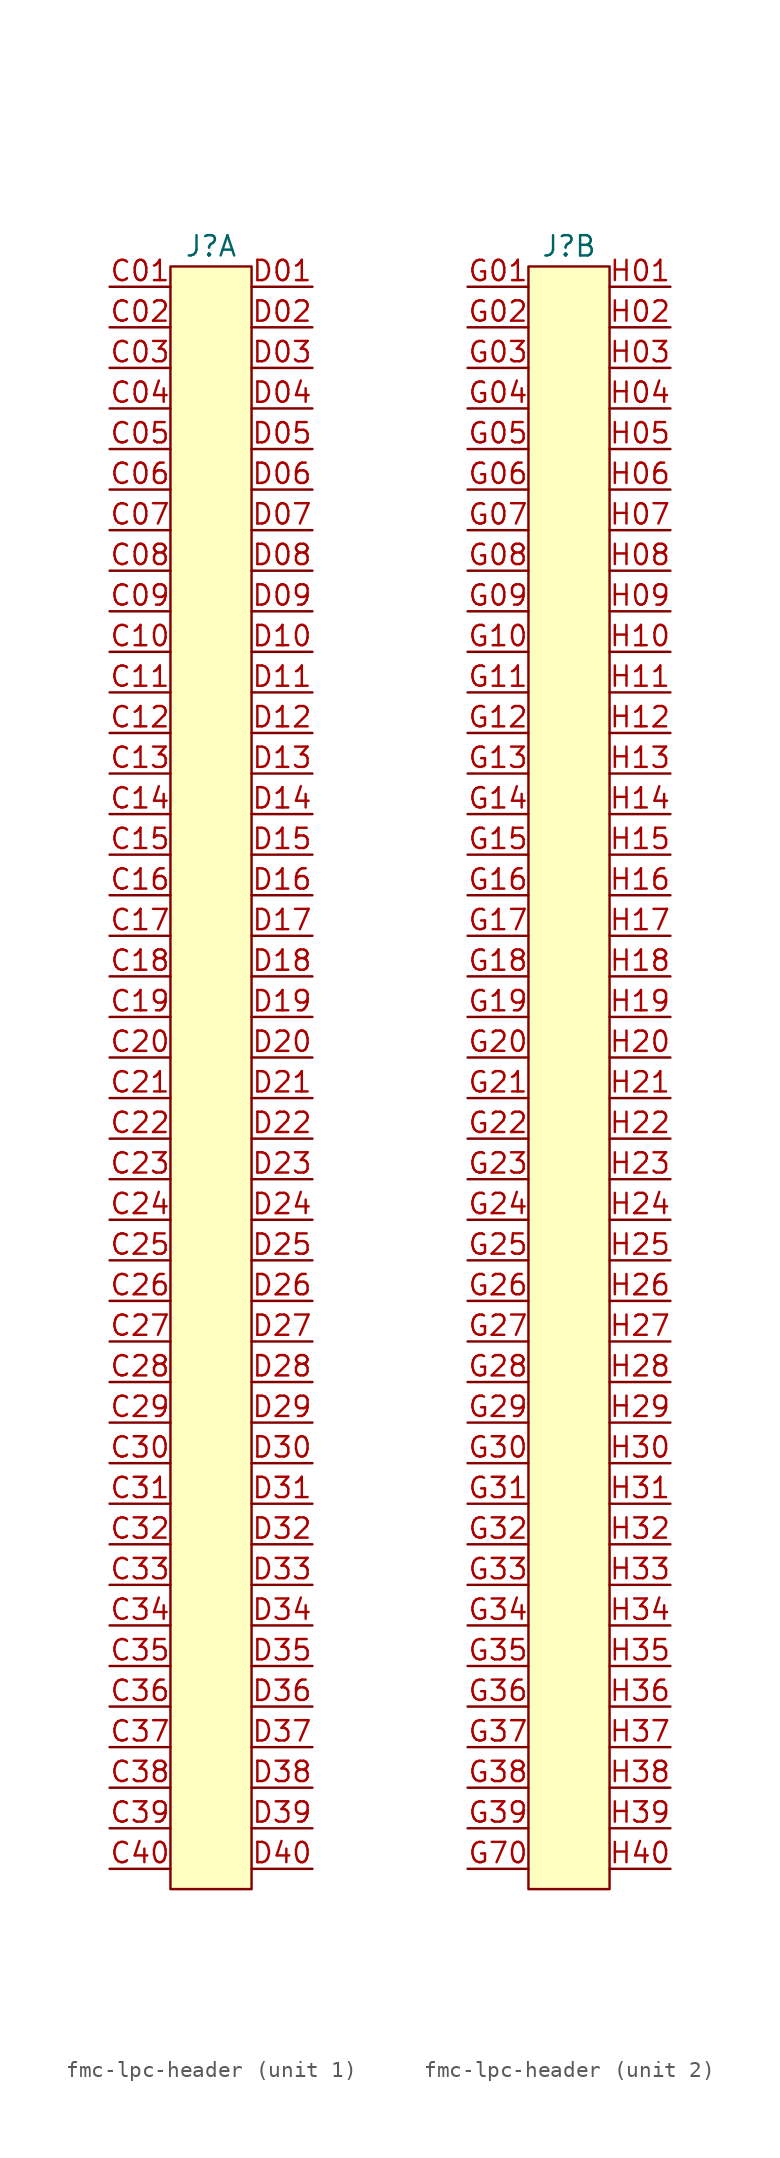
<source format=kicad_sym>
(kicad_symbol_lib
  (version 20241209)
  (generator "kicad_symbol_editor")
  (generator_version "9.0")
  (symbol "fmc-lpc-header"
    (property "Reference" "J"
      (at 0 2.54 0)
      (effects (font (size 1.27 1.27))))
    (property "Value" ""
      (at -5.08 0 0)
      (effects (font (size 1.27 1.27))))
    (symbol "fmc-lpc-header_1_0"
      (pin unspecified line (at -6.35 0 0) (length 3.81) (name "" (effects (font (size 1.27 1.27)))) (number "C01" (effects (font (size 1.27 1.27)))))
      (pin unspecified line (at -6.35 -2.54 0) (length 3.81) (name "" (effects (font (size 1.27 1.27)))) (number "C02" (effects (font (size 1.27 1.27)))))
      (pin unspecified line (at -6.35 -5.08 0) (length 3.81) (name "" (effects (font (size 1.27 1.27)))) (number "C03" (effects (font (size 1.27 1.27)))))
      (pin unspecified line (at -6.35 -7.62 0) (length 3.81) (name "" (effects (font (size 1.27 1.27)))) (number "C04" (effects (font (size 1.27 1.27)))))
      (pin unspecified line (at -6.35 -10.16 0) (length 3.81) (name "" (effects (font (size 1.27 1.27)))) (number "C05" (effects (font (size 1.27 1.27)))))
      (pin unspecified line (at -6.35 -12.7 0) (length 3.81) (name "" (effects (font (size 1.27 1.27)))) (number "C06" (effects (font (size 1.27 1.27)))))
      (pin unspecified line (at -6.35 -15.24 0) (length 3.81) (name "" (effects (font (size 1.27 1.27)))) (number "C07" (effects (font (size 1.27 1.27)))))
      (pin unspecified line (at -6.35 -17.78 0) (length 3.81) (name "" (effects (font (size 1.27 1.27)))) (number "C08" (effects (font (size 1.27 1.27)))))
      (pin unspecified line (at -6.35 -20.32 0) (length 3.81) (name "" (effects (font (size 1.27 1.27)))) (number "C09" (effects (font (size 1.27 1.27)))))
      (pin unspecified line (at -6.35 -22.86 0) (length 3.81) (name "" (effects (font (size 1.27 1.27)))) (number "C10" (effects (font (size 1.27 1.27)))))
      (pin unspecified line (at -6.35 -25.4 0) (length 3.81) (name "" (effects (font (size 1.27 1.27)))) (number "C11" (effects (font (size 1.27 1.27)))))
      (pin unspecified line (at -6.35 -27.94 0) (length 3.81) (name "" (effects (font (size 1.27 1.27)))) (number "C12" (effects (font (size 1.27 1.27)))))
      (pin unspecified line (at -6.35 -30.48 0) (length 3.81) (name "" (effects (font (size 1.27 1.27)))) (number "C13" (effects (font (size 1.27 1.27)))))
      (pin unspecified line (at -6.35 -33.02 0) (length 3.81) (name "" (effects (font (size 1.27 1.27)))) (number "C14" (effects (font (size 1.27 1.27)))))
      (pin unspecified line (at -6.35 -35.56 0) (length 3.81) (name "" (effects (font (size 1.27 1.27)))) (number "C15" (effects (font (size 1.27 1.27)))))
      (pin unspecified line (at -6.35 -38.1 0) (length 3.81) (name "" (effects (font (size 1.27 1.27)))) (number "C16" (effects (font (size 1.27 1.27)))))
      (pin unspecified line (at -6.35 -40.64 0) (length 3.81) (name "" (effects (font (size 1.27 1.27)))) (number "C17" (effects (font (size 1.27 1.27)))))
      (pin unspecified line (at -6.35 -43.18 0) (length 3.81) (name "" (effects (font (size 1.27 1.27)))) (number "C18" (effects (font (size 1.27 1.27)))))
      (pin unspecified line (at -6.35 -45.72 0) (length 3.81) (name "" (effects (font (size 1.27 1.27)))) (number "C19" (effects (font (size 1.27 1.27)))))
      (pin unspecified line (at -6.35 -48.26 0) (length 3.81) (name "" (effects (font (size 1.27 1.27)))) (number "C20" (effects (font (size 1.27 1.27)))))
      (pin unspecified line (at -6.35 -50.8 0) (length 3.81) (name "" (effects (font (size 1.27 1.27)))) (number "C21" (effects (font (size 1.27 1.27)))))
      (pin unspecified line (at -6.35 -53.34 0) (length 3.81) (name "" (effects (font (size 1.27 1.27)))) (number "C22" (effects (font (size 1.27 1.27)))))
      (pin unspecified line (at -6.35 -55.88 0) (length 3.81) (name "" (effects (font (size 1.27 1.27)))) (number "C23" (effects (font (size 1.27 1.27)))))
      (pin unspecified line (at -6.35 -58.42 0) (length 3.81) (name "" (effects (font (size 1.27 1.27)))) (number "C24" (effects (font (size 1.27 1.27)))))
      (pin unspecified line (at -6.35 -60.96 0) (length 3.81) (name "" (effects (font (size 1.27 1.27)))) (number "C25" (effects (font (size 1.27 1.27)))))
      (pin unspecified line (at -6.35 -63.5 0) (length 3.81) (name "" (effects (font (size 1.27 1.27)))) (number "C26" (effects (font (size 1.27 1.27)))))
      (pin unspecified line (at -6.35 -66.04 0) (length 3.81) (name "" (effects (font (size 1.27 1.27)))) (number "C27" (effects (font (size 1.27 1.27)))))
      (pin unspecified line (at -6.35 -68.58 0) (length 3.81) (name "" (effects (font (size 1.27 1.27)))) (number "C28" (effects (font (size 1.27 1.27)))))
      (pin unspecified line (at -6.35 -71.12 0) (length 3.81) (name "" (effects (font (size 1.27 1.27)))) (number "C29" (effects (font (size 1.27 1.27)))))
      (pin unspecified line (at -6.35 -73.66 0) (length 3.81) (name "" (effects (font (size 1.27 1.27)))) (number "C30" (effects (font (size 1.27 1.27)))))
      (pin unspecified line (at -6.35 -76.2 0) (length 3.81) (name "" (effects (font (size 1.27 1.27)))) (number "C31" (effects (font (size 1.27 1.27)))))
      (pin unspecified line (at -6.35 -78.74 0) (length 3.81) (name "" (effects (font (size 1.27 1.27)))) (number "C32" (effects (font (size 1.27 1.27)))))
      (pin unspecified line (at -6.35 -81.28 0) (length 3.81) (name "" (effects (font (size 1.27 1.27)))) (number "C33" (effects (font (size 1.27 1.27)))))
      (pin unspecified line (at -6.35 -83.82 0) (length 3.81) (name "" (effects (font (size 1.27 1.27)))) (number "C34" (effects (font (size 1.27 1.27)))))
      (pin unspecified line (at -6.35 -86.36 0) (length 3.81) (name "" (effects (font (size 1.27 1.27)))) (number "C35" (effects (font (size 1.27 1.27)))))
      (pin unspecified line (at -6.35 -88.9 0) (length 3.81) (name "" (effects (font (size 1.27 1.27)))) (number "C36" (effects (font (size 1.27 1.27)))))
      (pin unspecified line (at -6.35 -91.44 0) (length 3.81) (name "" (effects (font (size 1.27 1.27)))) (number "C37" (effects (font (size 1.27 1.27)))))
      (pin unspecified line (at -6.35 -93.98 0) (length 3.81) (name "" (effects (font (size 1.27 1.27)))) (number "C38" (effects (font (size 1.27 1.27)))))
      (pin unspecified line (at -6.35 -96.52 0) (length 3.81) (name "" (effects (font (size 1.27 1.27)))) (number "C39" (effects (font (size 1.27 1.27)))))
      (pin unspecified line (at -6.35 -99.06 0) (length 3.81) (name "" (effects (font (size 1.27 1.27)))) (number "C40" (effects (font (size 1.27 1.27)))))
      (pin unspecified line (at 6.35 0 180) (length 3.81) (name "" (effects (font (size 1.27 1.27)))) (number "D01" (effects (font (size 1.27 1.27)))))
      (pin unspecified line (at 6.35 -2.54 180) (length 3.81) (name "" (effects (font (size 1.27 1.27)))) (number "D02" (effects (font (size 1.27 1.27)))))
      (pin unspecified line (at 6.35 -5.08 180) (length 3.81) (name "" (effects (font (size 1.27 1.27)))) (number "D03" (effects (font (size 1.27 1.27)))))
      (pin unspecified line (at 6.35 -7.62 180) (length 3.81) (name "" (effects (font (size 1.27 1.27)))) (number "D04" (effects (font (size 1.27 1.27)))))
      (pin unspecified line (at 6.35 -10.16 180) (length 3.81) (name "" (effects (font (size 1.27 1.27)))) (number "D05" (effects (font (size 1.27 1.27)))))
      (pin unspecified line (at 6.35 -12.7 180) (length 3.81) (name "" (effects (font (size 1.27 1.27)))) (number "D06" (effects (font (size 1.27 1.27)))))
      (pin unspecified line (at 6.35 -15.24 180) (length 3.81) (name "" (effects (font (size 1.27 1.27)))) (number "D07" (effects (font (size 1.27 1.27)))))
      (pin unspecified line (at 6.35 -17.78 180) (length 3.81) (name "" (effects (font (size 1.27 1.27)))) (number "D08" (effects (font (size 1.27 1.27)))))
      (pin unspecified line (at 6.35 -20.32 180) (length 3.81) (name "" (effects (font (size 1.27 1.27)))) (number "D09" (effects (font (size 1.27 1.27)))))
      (pin unspecified line (at 6.35 -22.86 180) (length 3.81) (name "" (effects (font (size 1.27 1.27)))) (number "D10" (effects (font (size 1.27 1.27)))))
      (pin unspecified line (at 6.35 -25.4 180) (length 3.81) (name "" (effects (font (size 1.27 1.27)))) (number "D11" (effects (font (size 1.27 1.27)))))
      (pin unspecified line (at 6.35 -27.94 180) (length 3.81) (name "" (effects (font (size 1.27 1.27)))) (number "D12" (effects (font (size 1.27 1.27)))))
      (pin unspecified line (at 6.35 -30.48 180) (length 3.81) (name "" (effects (font (size 1.27 1.27)))) (number "D13" (effects (font (size 1.27 1.27)))))
      (pin unspecified line (at 6.35 -33.02 180) (length 3.81) (name "" (effects (font (size 1.27 1.27)))) (number "D14" (effects (font (size 1.27 1.27)))))
      (pin unspecified line (at 6.35 -35.56 180) (length 3.81) (name "" (effects (font (size 1.27 1.27)))) (number "D15" (effects (font (size 1.27 1.27)))))
      (pin unspecified line (at 6.35 -38.1 180) (length 3.81) (name "" (effects (font (size 1.27 1.27)))) (number "D16" (effects (font (size 1.27 1.27)))))
      (pin unspecified line (at 6.35 -40.64 180) (length 3.81) (name "" (effects (font (size 1.27 1.27)))) (number "D17" (effects (font (size 1.27 1.27)))))
      (pin unspecified line (at 6.35 -43.18 180) (length 3.81) (name "" (effects (font (size 1.27 1.27)))) (number "D18" (effects (font (size 1.27 1.27)))))
      (pin unspecified line (at 6.35 -45.72 180) (length 3.81) (name "" (effects (font (size 1.27 1.27)))) (number "D19" (effects (font (size 1.27 1.27)))))
      (pin unspecified line (at 6.35 -48.26 180) (length 3.81) (name "" (effects (font (size 1.27 1.27)))) (number "D20" (effects (font (size 1.27 1.27)))))
      (pin unspecified line (at 6.35 -50.8 180) (length 3.81) (name "" (effects (font (size 1.27 1.27)))) (number "D21" (effects (font (size 1.27 1.27)))))
      (pin unspecified line (at 6.35 -53.34 180) (length 3.81) (name "" (effects (font (size 1.27 1.27)))) (number "D22" (effects (font (size 1.27 1.27)))))
      (pin unspecified line (at 6.35 -55.88 180) (length 3.81) (name "" (effects (font (size 1.27 1.27)))) (number "D23" (effects (font (size 1.27 1.27)))))
      (pin unspecified line (at 6.35 -58.42 180) (length 3.81) (name "" (effects (font (size 1.27 1.27)))) (number "D24" (effects (font (size 1.27 1.27)))))
      (pin unspecified line (at 6.35 -60.96 180) (length 3.81) (name "" (effects (font (size 1.27 1.27)))) (number "D25" (effects (font (size 1.27 1.27)))))
      (pin unspecified line (at 6.35 -63.5 180) (length 3.81) (name "" (effects (font (size 1.27 1.27)))) (number "D26" (effects (font (size 1.27 1.27)))))
      (pin unspecified line (at 6.35 -66.04 180) (length 3.81) (name "" (effects (font (size 1.27 1.27)))) (number "D27" (effects (font (size 1.27 1.27)))))
      (pin unspecified line (at 6.35 -68.58 180) (length 3.81) (name "" (effects (font (size 1.27 1.27)))) (number "D28" (effects (font (size 1.27 1.27)))))
      (pin unspecified line (at 6.35 -71.12 180) (length 3.81) (name "" (effects (font (size 1.27 1.27)))) (number "D29" (effects (font (size 1.27 1.27)))))
      (pin unspecified line (at 6.35 -73.66 180) (length 3.81) (name "" (effects (font (size 1.27 1.27)))) (number "D30" (effects (font (size 1.27 1.27)))))
      (pin unspecified line (at 6.35 -76.2 180) (length 3.81) (name "" (effects (font (size 1.27 1.27)))) (number "D31" (effects (font (size 1.27 1.27)))))
      (pin unspecified line (at 6.35 -78.74 180) (length 3.81) (name "" (effects (font (size 1.27 1.27)))) (number "D32" (effects (font (size 1.27 1.27)))))
      (pin unspecified line (at 6.35 -81.28 180) (length 3.81) (name "" (effects (font (size 1.27 1.27)))) (number "D33" (effects (font (size 1.27 1.27)))))
      (pin unspecified line (at 6.35 -83.82 180) (length 3.81) (name "" (effects (font (size 1.27 1.27)))) (number "D34" (effects (font (size 1.27 1.27)))))
      (pin unspecified line (at 6.35 -86.36 180) (length 3.81) (name "" (effects (font (size 1.27 1.27)))) (number "D35" (effects (font (size 1.27 1.27)))))
      (pin unspecified line (at 6.35 -88.9 180) (length 3.81) (name "" (effects (font (size 1.27 1.27)))) (number "D36" (effects (font (size 1.27 1.27)))))
      (pin unspecified line (at 6.35 -91.44 180) (length 3.81) (name "" (effects (font (size 1.27 1.27)))) (number "D37" (effects (font (size 1.27 1.27)))))
      (pin unspecified line (at 6.35 -93.98 180) (length 3.81) (name "" (effects (font (size 1.27 1.27)))) (number "D38" (effects (font (size 1.27 1.27)))))
      (pin unspecified line (at 6.35 -96.52 180) (length 3.81) (name "" (effects (font (size 1.27 1.27)))) (number "D39" (effects (font (size 1.27 1.27)))))
      (pin unspecified line (at 6.35 -99.06 180) (length 3.81) (name "" (effects (font (size 1.27 1.27)))) (number "D40" (effects (font (size 1.27 1.27))))))
    (symbol "fmc-lpc-header_1_1"
      (rectangle (start -2.54 1.27) (end 2.54 -100.33) (stroke (width 0) (type default)) (fill (type background))))
    (symbol "fmc-lpc-header_2_0"
      (pin unspecified line (at -6.35 0 0) (length 3.81) (name "" (effects (font (size 1.27 1.27)))) (number "G01" (effects (font (size 1.27 1.27)))))
      (pin unspecified line (at -6.35 -2.54 0) (length 3.81) (name "" (effects (font (size 1.27 1.27)))) (number "G02" (effects (font (size 1.27 1.27)))))
      (pin unspecified line (at -6.35 -5.08 0) (length 3.81) (name "" (effects (font (size 1.27 1.27)))) (number "G03" (effects (font (size 1.27 1.27)))))
      (pin unspecified line (at -6.35 -7.62 0) (length 3.81) (name "" (effects (font (size 1.27 1.27)))) (number "G04" (effects (font (size 1.27 1.27)))))
      (pin unspecified line (at -6.35 -10.16 0) (length 3.81) (name "" (effects (font (size 1.27 1.27)))) (number "G05" (effects (font (size 1.27 1.27)))))
      (pin unspecified line (at -6.35 -12.7 0) (length 3.81) (name "" (effects (font (size 1.27 1.27)))) (number "G06" (effects (font (size 1.27 1.27)))))
      (pin unspecified line (at -6.35 -15.24 0) (length 3.81) (name "" (effects (font (size 1.27 1.27)))) (number "G07" (effects (font (size 1.27 1.27)))))
      (pin unspecified line (at -6.35 -17.78 0) (length 3.81) (name "" (effects (font (size 1.27 1.27)))) (number "G08" (effects (font (size 1.27 1.27)))))
      (pin unspecified line (at -6.35 -20.32 0) (length 3.81) (name "" (effects (font (size 1.27 1.27)))) (number "G09" (effects (font (size 1.27 1.27)))))
      (pin unspecified line (at -6.35 -22.86 0) (length 3.81) (name "" (effects (font (size 1.27 1.27)))) (number "G10" (effects (font (size 1.27 1.27)))))
      (pin unspecified line (at -6.35 -25.4 0) (length 3.81) (name "" (effects (font (size 1.27 1.27)))) (number "G11" (effects (font (size 1.27 1.27)))))
      (pin unspecified line (at -6.35 -27.94 0) (length 3.81) (name "" (effects (font (size 1.27 1.27)))) (number "G12" (effects (font (size 1.27 1.27)))))
      (pin unspecified line (at -6.35 -30.48 0) (length 3.81) (name "" (effects (font (size 1.27 1.27)))) (number "G13" (effects (font (size 1.27 1.27)))))
      (pin unspecified line (at -6.35 -33.02 0) (length 3.81) (name "" (effects (font (size 1.27 1.27)))) (number "G14" (effects (font (size 1.27 1.27)))))
      (pin unspecified line (at -6.35 -35.56 0) (length 3.81) (name "" (effects (font (size 1.27 1.27)))) (number "G15" (effects (font (size 1.27 1.27)))))
      (pin unspecified line (at -6.35 -38.1 0) (length 3.81) (name "" (effects (font (size 1.27 1.27)))) (number "G16" (effects (font (size 1.27 1.27)))))
      (pin unspecified line (at -6.35 -40.64 0) (length 3.81) (name "" (effects (font (size 1.27 1.27)))) (number "G17" (effects (font (size 1.27 1.27)))))
      (pin unspecified line (at -6.35 -43.18 0) (length 3.81) (name "" (effects (font (size 1.27 1.27)))) (number "G18" (effects (font (size 1.27 1.27)))))
      (pin unspecified line (at -6.35 -45.72 0) (length 3.81) (name "" (effects (font (size 1.27 1.27)))) (number "G19" (effects (font (size 1.27 1.27)))))
      (pin unspecified line (at -6.35 -48.26 0) (length 3.81) (name "" (effects (font (size 1.27 1.27)))) (number "G20" (effects (font (size 1.27 1.27)))))
      (pin unspecified line (at -6.35 -50.8 0) (length 3.81) (name "" (effects (font (size 1.27 1.27)))) (number "G21" (effects (font (size 1.27 1.27)))))
      (pin unspecified line (at -6.35 -53.34 0) (length 3.81) (name "" (effects (font (size 1.27 1.27)))) (number "G22" (effects (font (size 1.27 1.27)))))
      (pin unspecified line (at -6.35 -55.88 0) (length 3.81) (name "" (effects (font (size 1.27 1.27)))) (number "G23" (effects (font (size 1.27 1.27)))))
      (pin unspecified line (at -6.35 -58.42 0) (length 3.81) (name "" (effects (font (size 1.27 1.27)))) (number "G24" (effects (font (size 1.27 1.27)))))
      (pin unspecified line (at -6.35 -60.96 0) (length 3.81) (name "" (effects (font (size 1.27 1.27)))) (number "G25" (effects (font (size 1.27 1.27)))))
      (pin unspecified line (at -6.35 -63.5 0) (length 3.81) (name "" (effects (font (size 1.27 1.27)))) (number "G26" (effects (font (size 1.27 1.27)))))
      (pin unspecified line (at -6.35 -66.04 0) (length 3.81) (name "" (effects (font (size 1.27 1.27)))) (number "G27" (effects (font (size 1.27 1.27)))))
      (pin unspecified line (at -6.35 -68.58 0) (length 3.81) (name "" (effects (font (size 1.27 1.27)))) (number "G28" (effects (font (size 1.27 1.27)))))
      (pin unspecified line (at -6.35 -71.12 0) (length 3.81) (name "" (effects (font (size 1.27 1.27)))) (number "G29" (effects (font (size 1.27 1.27)))))
      (pin unspecified line (at -6.35 -73.66 0) (length 3.81) (name "" (effects (font (size 1.27 1.27)))) (number "G30" (effects (font (size 1.27 1.27)))))
      (pin unspecified line (at -6.35 -76.2 0) (length 3.81) (name "" (effects (font (size 1.27 1.27)))) (number "G31" (effects (font (size 1.27 1.27)))))
      (pin unspecified line (at -6.35 -78.74 0) (length 3.81) (name "" (effects (font (size 1.27 1.27)))) (number "G32" (effects (font (size 1.27 1.27)))))
      (pin unspecified line (at -6.35 -81.28 0) (length 3.81) (name "" (effects (font (size 1.27 1.27)))) (number "G33" (effects (font (size 1.27 1.27)))))
      (pin unspecified line (at -6.35 -83.82 0) (length 3.81) (name "" (effects (font (size 1.27 1.27)))) (number "G34" (effects (font (size 1.27 1.27)))))
      (pin unspecified line (at -6.35 -86.36 0) (length 3.81) (name "" (effects (font (size 1.27 1.27)))) (number "G35" (effects (font (size 1.27 1.27)))))
      (pin unspecified line (at -6.35 -88.9 0) (length 3.81) (name "" (effects (font (size 1.27 1.27)))) (number "G36" (effects (font (size 1.27 1.27)))))
      (pin unspecified line (at -6.35 -91.44 0) (length 3.81) (name "" (effects (font (size 1.27 1.27)))) (number "G37" (effects (font (size 1.27 1.27)))))
      (pin unspecified line (at -6.35 -93.98 0) (length 3.81) (name "" (effects (font (size 1.27 1.27)))) (number "G38" (effects (font (size 1.27 1.27)))))
      (pin unspecified line (at -6.35 -96.52 0) (length 3.81) (name "" (effects (font (size 1.27 1.27)))) (number "G39" (effects (font (size 1.27 1.27)))))
      (pin unspecified line (at -6.35 -99.06 0) (length 3.81) (name "" (effects (font (size 1.27 1.27)))) (number "G70" (effects (font (size 1.27 1.27)))))
      (pin unspecified line (at 6.35 0 180) (length 3.81) (name "" (effects (font (size 1.27 1.27)))) (number "H01" (effects (font (size 1.27 1.27)))))
      (pin unspecified line (at 6.35 -2.54 180) (length 3.81) (name "" (effects (font (size 1.27 1.27)))) (number "H02" (effects (font (size 1.27 1.27)))))
      (pin unspecified line (at 6.35 -5.08 180) (length 3.81) (name "" (effects (font (size 1.27 1.27)))) (number "H03" (effects (font (size 1.27 1.27)))))
      (pin unspecified line (at 6.35 -7.62 180) (length 3.81) (name "" (effects (font (size 1.27 1.27)))) (number "H04" (effects (font (size 1.27 1.27)))))
      (pin unspecified line (at 6.35 -10.16 180) (length 3.81) (name "" (effects (font (size 1.27 1.27)))) (number "H05" (effects (font (size 1.27 1.27)))))
      (pin unspecified line (at 6.35 -12.7 180) (length 3.81) (name "" (effects (font (size 1.27 1.27)))) (number "H06" (effects (font (size 1.27 1.27)))))
      (pin unspecified line (at 6.35 -15.24 180) (length 3.81) (name "" (effects (font (size 1.27 1.27)))) (number "H07" (effects (font (size 1.27 1.27)))))
      (pin unspecified line (at 6.35 -17.78 180) (length 3.81) (name "" (effects (font (size 1.27 1.27)))) (number "H08" (effects (font (size 1.27 1.27)))))
      (pin unspecified line (at 6.35 -20.32 180) (length 3.81) (name "" (effects (font (size 1.27 1.27)))) (number "H09" (effects (font (size 1.27 1.27)))))
      (pin unspecified line (at 6.35 -22.86 180) (length 3.81) (name "" (effects (font (size 1.27 1.27)))) (number "H10" (effects (font (size 1.27 1.27)))))
      (pin unspecified line (at 6.35 -25.4 180) (length 3.81) (name "" (effects (font (size 1.27 1.27)))) (number "H11" (effects (font (size 1.27 1.27)))))
      (pin unspecified line (at 6.35 -27.94 180) (length 3.81) (name "" (effects (font (size 1.27 1.27)))) (number "H12" (effects (font (size 1.27 1.27)))))
      (pin unspecified line (at 6.35 -30.48 180) (length 3.81) (name "" (effects (font (size 1.27 1.27)))) (number "H13" (effects (font (size 1.27 1.27)))))
      (pin unspecified line (at 6.35 -33.02 180) (length 3.81) (name "" (effects (font (size 1.27 1.27)))) (number "H14" (effects (font (size 1.27 1.27)))))
      (pin unspecified line (at 6.35 -35.56 180) (length 3.81) (name "" (effects (font (size 1.27 1.27)))) (number "H15" (effects (font (size 1.27 1.27)))))
      (pin unspecified line (at 6.35 -38.1 180) (length 3.81) (name "" (effects (font (size 1.27 1.27)))) (number "H16" (effects (font (size 1.27 1.27)))))
      (pin unspecified line (at 6.35 -40.64 180) (length 3.81) (name "" (effects (font (size 1.27 1.27)))) (number "H17" (effects (font (size 1.27 1.27)))))
      (pin unspecified line (at 6.35 -43.18 180) (length 3.81) (name "" (effects (font (size 1.27 1.27)))) (number "H18" (effects (font (size 1.27 1.27)))))
      (pin unspecified line (at 6.35 -45.72 180) (length 3.81) (name "" (effects (font (size 1.27 1.27)))) (number "H19" (effects (font (size 1.27 1.27)))))
      (pin unspecified line (at 6.35 -48.26 180) (length 3.81) (name "" (effects (font (size 1.27 1.27)))) (number "H20" (effects (font (size 1.27 1.27)))))
      (pin unspecified line (at 6.35 -50.8 180) (length 3.81) (name "" (effects (font (size 1.27 1.27)))) (number "H21" (effects (font (size 1.27 1.27)))))
      (pin unspecified line (at 6.35 -53.34 180) (length 3.81) (name "" (effects (font (size 1.27 1.27)))) (number "H22" (effects (font (size 1.27 1.27)))))
      (pin unspecified line (at 6.35 -55.88 180) (length 3.81) (name "" (effects (font (size 1.27 1.27)))) (number "H23" (effects (font (size 1.27 1.27)))))
      (pin unspecified line (at 6.35 -58.42 180) (length 3.81) (name "" (effects (font (size 1.27 1.27)))) (number "H24" (effects (font (size 1.27 1.27)))))
      (pin unspecified line (at 6.35 -60.96 180) (length 3.81) (name "" (effects (font (size 1.27 1.27)))) (number "H25" (effects (font (size 1.27 1.27)))))
      (pin unspecified line (at 6.35 -63.5 180) (length 3.81) (name "" (effects (font (size 1.27 1.27)))) (number "H26" (effects (font (size 1.27 1.27)))))
      (pin unspecified line (at 6.35 -66.04 180) (length 3.81) (name "" (effects (font (size 1.27 1.27)))) (number "H27" (effects (font (size 1.27 1.27)))))
      (pin unspecified line (at 6.35 -68.58 180) (length 3.81) (name "" (effects (font (size 1.27 1.27)))) (number "H28" (effects (font (size 1.27 1.27)))))
      (pin unspecified line (at 6.35 -71.12 180) (length 3.81) (name "" (effects (font (size 1.27 1.27)))) (number "H29" (effects (font (size 1.27 1.27)))))
      (pin unspecified line (at 6.35 -73.66 180) (length 3.81) (name "" (effects (font (size 1.27 1.27)))) (number "H30" (effects (font (size 1.27 1.27)))))
      (pin unspecified line (at 6.35 -76.2 180) (length 3.81) (name "" (effects (font (size 1.27 1.27)))) (number "H31" (effects (font (size 1.27 1.27)))))
      (pin unspecified line (at 6.35 -78.74 180) (length 3.81) (name "" (effects (font (size 1.27 1.27)))) (number "H32" (effects (font (size 1.27 1.27)))))
      (pin unspecified line (at 6.35 -81.28 180) (length 3.81) (name "" (effects (font (size 1.27 1.27)))) (number "H33" (effects (font (size 1.27 1.27)))))
      (pin unspecified line (at 6.35 -83.82 180) (length 3.81) (name "" (effects (font (size 1.27 1.27)))) (number "H34" (effects (font (size 1.27 1.27)))))
      (pin unspecified line (at 6.35 -86.36 180) (length 3.81) (name "" (effects (font (size 1.27 1.27)))) (number "H35" (effects (font (size 1.27 1.27)))))
      (pin unspecified line (at 6.35 -88.9 180) (length 3.81) (name "" (effects (font (size 1.27 1.27)))) (number "H36" (effects (font (size 1.27 1.27)))))
      (pin unspecified line (at 6.35 -91.44 180) (length 3.81) (name "" (effects (font (size 1.27 1.27)))) (number "H37" (effects (font (size 1.27 1.27)))))
      (pin unspecified line (at 6.35 -93.98 180) (length 3.81) (name "" (effects (font (size 1.27 1.27)))) (number "H38" (effects (font (size 1.27 1.27)))))
      (pin unspecified line (at 6.35 -96.52 180) (length 3.81) (name "" (effects (font (size 1.27 1.27)))) (number "H39" (effects (font (size 1.27 1.27)))))
      (pin unspecified line (at 6.35 -99.06 180) (length 3.81) (name "" (effects (font (size 1.27 1.27)))) (number "H40" (effects (font (size 1.27 1.27))))))
    (symbol "fmc-lpc-header_2_1"
      (rectangle (start -2.54 1.27) (end 2.54 -100.33) (stroke (width 0) (type default)) (fill (type background))))))
</source>
